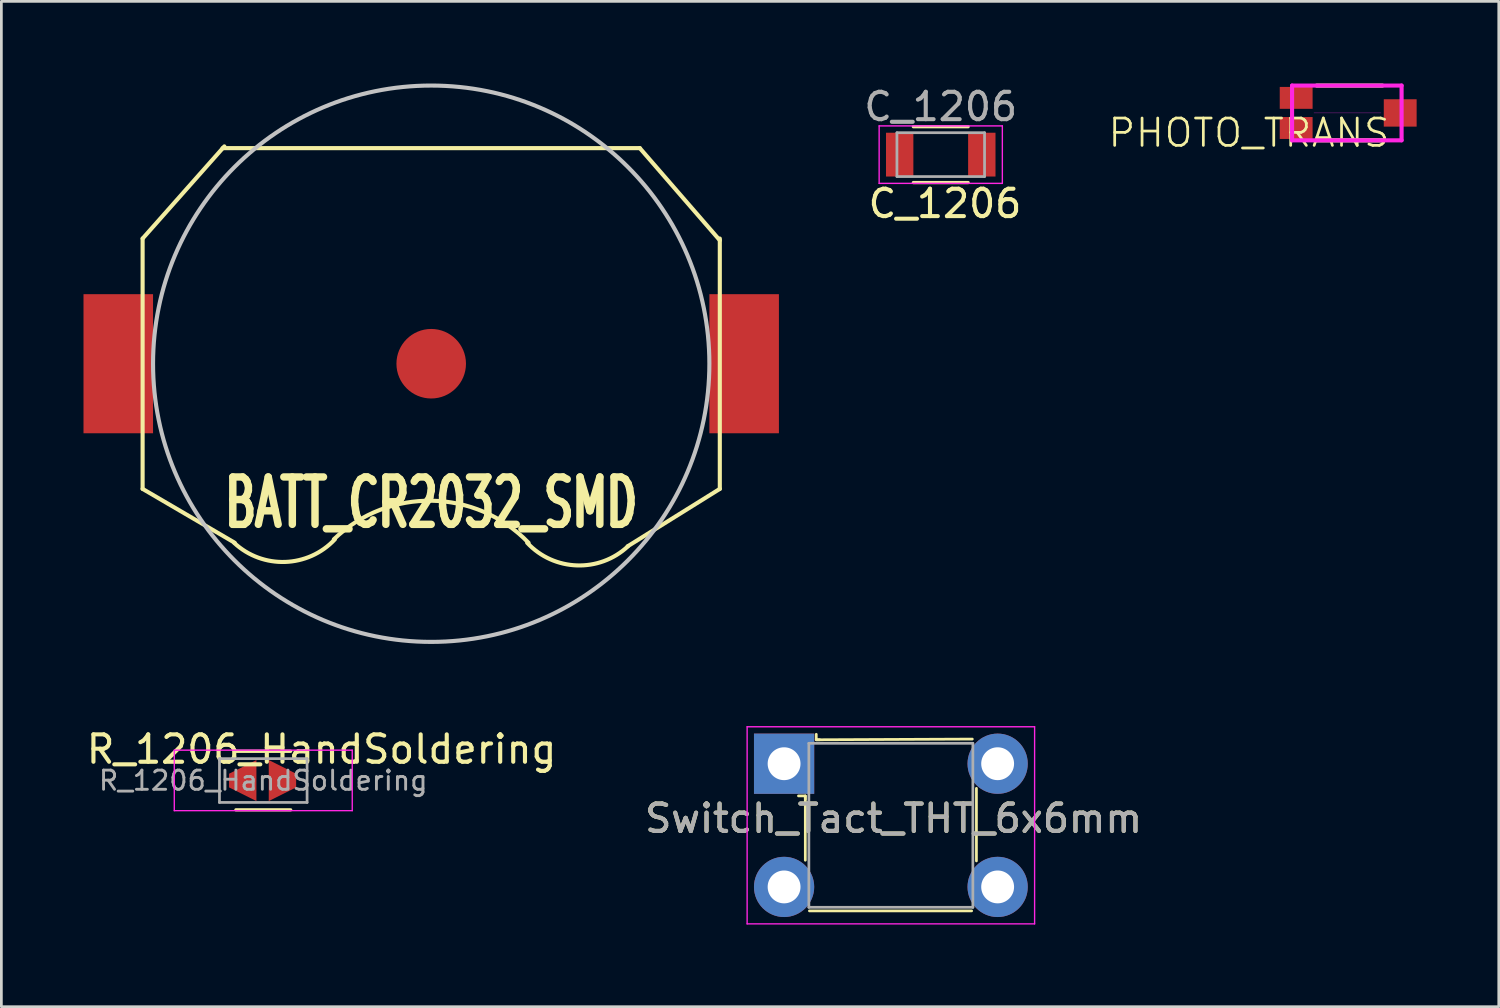
<source format=kicad_pcb>
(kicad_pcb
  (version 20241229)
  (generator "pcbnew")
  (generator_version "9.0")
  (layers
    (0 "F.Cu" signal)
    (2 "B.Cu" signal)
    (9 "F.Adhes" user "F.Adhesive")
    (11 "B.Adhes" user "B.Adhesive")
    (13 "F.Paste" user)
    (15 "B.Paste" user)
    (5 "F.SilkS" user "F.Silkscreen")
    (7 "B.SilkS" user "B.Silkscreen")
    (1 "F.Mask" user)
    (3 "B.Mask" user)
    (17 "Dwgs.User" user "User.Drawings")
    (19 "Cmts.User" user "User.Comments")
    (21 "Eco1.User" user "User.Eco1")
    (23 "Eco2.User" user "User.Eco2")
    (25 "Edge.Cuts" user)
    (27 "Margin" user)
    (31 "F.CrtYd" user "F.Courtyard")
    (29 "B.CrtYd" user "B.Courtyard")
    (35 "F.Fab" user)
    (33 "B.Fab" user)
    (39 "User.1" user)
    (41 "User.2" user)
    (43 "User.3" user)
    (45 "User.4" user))
  (footprint "Switch_Tact_THT_6x6mm"
    (layer "F.Cu")
    (at 29.399 27.385)
    (property "Reference" "Switch_Tact_THT_6x6mm" (at 0.19 -0.54 0) (layer "F.SilkS") (effects (font (size 1 1) (thickness 0.15))))
    (attr through_hole)
    (fp_line (start -3.035 -1.365) (end -3.285 -1.365) (stroke (width 0.1) (type solid)) (layer "F.SilkS"))
    (fp_line (start -3.035 -1.365) (end -3.035 -1.24) (stroke (width 0.1) (type solid)) (layer "F.SilkS"))
    (fp_line (start -3.035 -1.34) (end -3.035 0.985) (stroke (width 0.1) (type solid)) (layer "F.SilkS"))
    (fp_line (start -2.635 -3.615) (end -2.635 -3.415) (stroke (width 0.1) (type solid)) (layer "F.SilkS"))
    (fp_line (start -2.635 -3.415) (end -2.51 -3.415) (stroke (width 0.1) (type solid)) (layer "F.SilkS"))
    (fp_line (start -2.61 -3.415) (end 3.065 -3.44) (stroke (width 0.1) (type solid)) (layer "F.SilkS"))
    (fp_line (start 3.04 2.835) (end -2.885 2.835) (stroke (width 0.1) (type solid)) (layer "F.SilkS"))
    (fp_line (start 3.215 -1.64) (end 3.215 1.01) (stroke (width 0.1) (type solid)) (layer "F.SilkS"))
    (fp_line (start -5.16 -3.89) (end -5.16 3.31) (stroke (width 0.05) (type solid)) (layer "F.CrtYd"))
    (fp_line (start 5.34 -3.89) (end -5.16 -3.89) (stroke (width 0.05) (type solid)) (layer "F.CrtYd"))
    (fp_line (start 5.34 -3.89) (end 5.34 3.31) (stroke (width 0.05) (type solid)) (layer "F.CrtYd"))
    (fp_line (start 5.34 3.31) (end -5.16 3.31) (stroke (width 0.05) (type solid)) (layer "F.CrtYd"))
    (fp_line (start -2.905 -3.285) (end -2.905 2.705) (stroke (width 0.1) (type solid)) (layer "F.Fab"))
    (fp_line (start -2.905 -3.285) (end 3.085 -3.285) (stroke (width 0.1) (type solid)) (layer "F.Fab"))
    (fp_line (start 3.085 -3.285) (end 3.085 2.705) (stroke (width 0.1) (type solid)) (layer "F.Fab"))
    (fp_line (start 3.085 2.705) (end -2.905 2.705) (stroke (width 0.1) (type solid)) (layer "F.Fab"))
    (fp_text user "${REFERENCE}" (at 0.19 -0.54 0) (layer "F.Fab") (effects (font (size 1 1) (thickness 0.15))))
    (pad "1" thru_hole rect (at -3.81 -2.54) (size 2.2 2.2) (drill 1.2) (layers "*.Cu" "*.Mask"))
    (pad "2" thru_hole circle (at 3.99 -2.54) (size 2.2 2.2) (drill 1.2) (layers "*.Cu" "*.Mask"))
    (pad "3" thru_hole circle (at -3.81 1.96) (size 2.2 2.2) (drill 1.2) (layers "*.Cu" "*.Mask"))
    (pad "4" thru_hole circle (at 3.99 1.96) (size 2.2 2.2) (drill 1.2) (layers "*.Cu" "*.Mask")))
  (footprint "PHOTO_TRANS"
    (layer "F.Cu")
    (at 46.143 1.075)
    (property "Reference" "PHOTO_TRANS" (at -3.574 0.728 0) (layer "F.SilkS") (effects (font (size 1 1) (thickness 0.1))))
    (attr through_hole)
    (fp_line (start -1.1 -1) (end 1.3 -1) (stroke (width 0.15) (type solid)) (layer "F.SilkS"))
    (fp_line (start -1.1 1) (end 1.3 1) (stroke (width 0.15) (type solid)) (layer "F.SilkS"))
    (fp_line (start -2 -1) (end -2 1) (stroke (width 0.15) (type solid)) (layer "F.CrtYd"))
    (fp_line (start -2 1) (end 2 1) (stroke (width 0.15) (type solid)) (layer "F.CrtYd"))
    (fp_line (start -1.2 0) (end 1.25 0) (stroke (width 0.01) (type solid)) (layer "F.CrtYd"))
    (fp_line (start 2 -1) (end -2 -1) (stroke (width 0.15) (type solid)) (layer "F.CrtYd"))
    (fp_line (start 2 1) (end 2 -1) (stroke (width 0.15) (type solid)) (layer "F.CrtYd"))
    (pad "1" smd rect (at -1.85 -0.55) (size 1.2 0.8) (layers "F.Cu" "F.Mask" "F.Paste"))
    (pad "2" smd rect (at -1.85 0.55) (size 1.2 0.8) (layers "F.Cu" "F.Mask" "F.Paste"))
    (pad "3" connect rect (at 1.95 0) (size 1.2 1) (layers "F.Cu" "F.Mask")))
  (footprint "C_1206"
    (layer "F.Cu")
    (at 31.311 2.598)
    (property "Reference" "C_1206" (at 0.155 1.79 0) (layer "F.SilkS") (effects (font (size 1 1) (thickness 0.15))))
    (attr smd)
    (fp_line (start -1 1.02) (end 1 1.02) (stroke (width 0.12) (type solid)) (layer "F.SilkS"))
    (fp_line (start 1 -1.02) (end -1 -1.02) (stroke (width 0.12) (type solid)) (layer "F.SilkS"))
    (fp_line (start -2.25 -1.05) (end -2.25 1.05) (stroke (width 0.05) (type solid)) (layer "F.CrtYd"))
    (fp_line (start -2.25 -1.05) (end 2.25 -1.05) (stroke (width 0.05) (type solid)) (layer "F.CrtYd"))
    (fp_line (start 2.25 1.05) (end -2.25 1.05) (stroke (width 0.05) (type solid)) (layer "F.CrtYd"))
    (fp_line (start 2.25 1.05) (end 2.25 -1.05) (stroke (width 0.05) (type solid)) (layer "F.CrtYd"))
    (fp_line (start -1.6 -0.8) (end 1.6 -0.8) (stroke (width 0.1) (type solid)) (layer "F.Fab"))
    (fp_line (start -1.6 0.8) (end -1.6 -0.8) (stroke (width 0.1) (type solid)) (layer "F.Fab"))
    (fp_line (start 1.6 -0.8) (end 1.6 0.8) (stroke (width 0.1) (type solid)) (layer "F.Fab"))
    (fp_line (start 1.6 0.8) (end -1.6 0.8) (stroke (width 0.1) (type solid)) (layer "F.Fab"))
    (fp_text user "${REFERENCE}" (at 0 -1.75 0) (layer "F.Fab") (effects (font (size 1 1) (thickness 0.15))))
    (pad "1" smd rect (at -1.5 0) (size 1 1.6) (layers "F.Cu" "F.Mask" "F.Paste"))
    (pad "2" smd rect (at 1.5 0) (size 1 1.6) (layers "F.Cu" "F.Mask" "F.Paste")))
  (footprint "R_1206_HandSoldering"
    (layer "F.Cu")
    (at 6.566 25.46)
    (property "Reference" "R_1206_HandSoldering" (at 2.13 -1.142 0) (layer "F.SilkS") (effects (font (size 1 1) (thickness 0.15))))
    (attr smd)
    (fp_line (start -1 -1.07) (end 1 -1.07) (stroke (width 0.12) (type solid)) (layer "F.SilkS"))
    (fp_line (start 1 1.07) (end -1 1.07) (stroke (width 0.12) (type solid)) (layer "F.SilkS"))
    (fp_line (start -3.25 -1.11) (end -3.25 1.1) (stroke (width 0.05) (type solid)) (layer "F.CrtYd"))
    (fp_line (start -3.25 -1.11) (end 3.25 -1.11) (stroke (width 0.05) (type solid)) (layer "F.CrtYd"))
    (fp_line (start 3.25 1.1) (end -3.25 1.1) (stroke (width 0.05) (type solid)) (layer "F.CrtYd"))
    (fp_line (start 3.25 1.1) (end 3.25 -1.11) (stroke (width 0.05) (type solid)) (layer "F.CrtYd"))
    (fp_line (start -1.6 -0.8) (end 1.6 -0.8) (stroke (width 0.1) (type solid)) (layer "F.Fab"))
    (fp_line (start -1.6 0.8) (end -1.6 -0.8) (stroke (width 0.1) (type solid)) (layer "F.Fab"))
    (fp_line (start 1.6 -0.8) (end 1.6 0.8) (stroke (width 0.1) (type solid)) (layer "F.Fab"))
    (fp_line (start 1.6 0.8) (end -1.6 0.8) (stroke (width 0.1) (type solid)) (layer "F.Fab"))
    (fp_text user "${REFERENCE}" (at 0 0 0) (layer "F.Fab") (effects (font (size 0.7 0.7) (thickness 0.105))))
    (pad "1" smd trapezoid (at -0.75 0 90) (size 1 1) (rect_delta 0 0.5) (layers "F.Cu" "F.Mask" "F.Paste"))
    (pad "2" smd trapezoid (at 0.7 0 270) (size 1 1) (rect_delta 0 0.5) (layers "F.Cu" "F.Mask" "F.Paste")))
  (footprint "BATT_CR2032_SMD"
    (layer "F.Cu")
    (at 12.7 10.235)
    (property "Reference" "BATT_CR2032_SMD" (at 0 5.08 0) (layer "F.SilkS") (effects (font (size 1.73 1.087) (thickness 0.272))))
    (attr through_hole)
    (fp_line (start -10.541 -4.572) (end -7.556 -7.938) (stroke (width 0.15) (type solid)) (layer "F.SilkS"))
    (fp_line (start -10.541 4.572) (end -10.541 -4.572) (stroke (width 0.15) (type solid)) (layer "F.SilkS"))
    (fp_line (start -7.62 -7.874) (end 7.62 -7.874) (stroke (width 0.15) (type solid)) (layer "F.SilkS"))
    (fp_line (start -7.176 6.54) (end -10.541 4.572) (stroke (width 0.15) (type solid)) (layer "F.SilkS"))
    (fp_line (start 7.176 6.668) (end 10.541 4.572) (stroke (width 0.15) (type solid)) (layer "F.SilkS"))
    (fp_line (start 7.62 -7.874) (end 10.541 -4.508) (stroke (width 0.15) (type solid)) (layer "F.SilkS"))
    (fp_line (start 10.541 4.572) (end 10.541 -4.572) (stroke (width 0.15) (type solid)) (layer "F.SilkS"))
    (fp_arc (start -3.556 6.4135) (mid 0.026303 5.004057) (end 3.556 6.5405) (stroke (width 0.15) (type solid)) (layer "F.SilkS"))
    (fp_arc (start -3.5179 6.4135) (mid -5.333097 7.239774) (end -7.2009 6.5405) (stroke (width 0.15) (type solid)) (layer "F.SilkS"))
    (fp_arc (start 7.1882 6.6675) (mid 5.320397 7.366774) (end 3.5052 6.5405) (stroke (width 0.15) (type solid)) (layer "F.SilkS"))
    (fp_circle (center 0 0) (end -10.16 0) (stroke (width 0.15) (type solid)) (fill no) (layer "Dwgs.User"))
    (pad "1" smd rect (at -11.43 0) (size 2.54 5.08) (layers "F.Cu" "F.Mask" "F.Paste"))
    (pad "1" smd rect (at 11.43 0) (size 2.54 5.08) (layers "F.Cu" "F.Mask" "F.Paste"))
    (pad "2" smd circle (at 0 0) (size 2.54 2.54) (layers "F.Cu" "F.Mask" "F.Paste")))
  (gr_rect
    (start -3 -3)
    (end 51.693 33.72)
    (stroke (width 0.1) (type default))
    (fill no)
    (layer "Edge.Cuts")))
</source>
